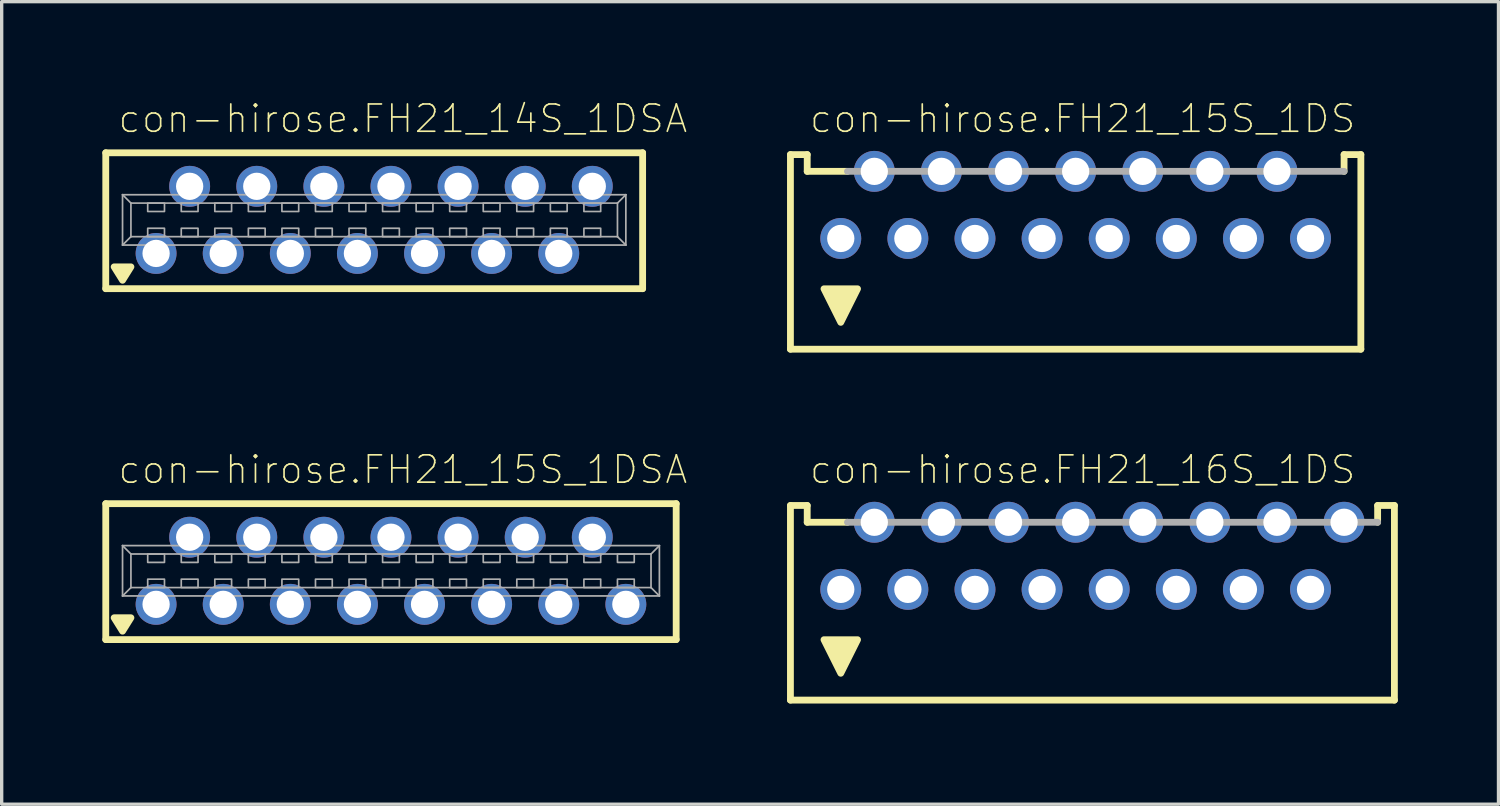
<source format=kicad_pcb>
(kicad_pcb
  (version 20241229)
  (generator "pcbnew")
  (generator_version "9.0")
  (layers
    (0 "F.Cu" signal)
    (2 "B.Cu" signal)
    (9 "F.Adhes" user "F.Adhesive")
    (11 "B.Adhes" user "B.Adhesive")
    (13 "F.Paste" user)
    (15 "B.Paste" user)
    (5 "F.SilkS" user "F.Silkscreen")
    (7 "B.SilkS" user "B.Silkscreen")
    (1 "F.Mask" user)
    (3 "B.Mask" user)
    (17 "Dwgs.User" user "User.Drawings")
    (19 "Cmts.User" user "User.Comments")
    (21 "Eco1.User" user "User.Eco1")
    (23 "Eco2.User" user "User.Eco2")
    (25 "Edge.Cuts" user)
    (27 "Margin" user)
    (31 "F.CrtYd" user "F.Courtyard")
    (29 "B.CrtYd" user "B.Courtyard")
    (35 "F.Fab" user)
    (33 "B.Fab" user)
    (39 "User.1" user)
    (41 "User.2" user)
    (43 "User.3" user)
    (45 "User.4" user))
  (footprint "con-hirose.FH21_15S_1DSA"
    (layer "F.Cu")
    (at 8.602 13.961)
    (property "Reference" "con-hirose.FH21_15S_1DSA" (at -8.175 -2.54 0) (layer "F.SilkS") (effects (font (size 0.813 0.813) (thickness 0.05)) (justify left bottom)))
    (attr through_hole)
    (fp_line (start -8.5 -2) (end -8.5 2.05) (stroke (width 0.203) (type default)) (layer "F.SilkS"))
    (fp_line (start -8.5 2.05) (end 8.5 2.05) (stroke (width 0.203) (type default)) (layer "F.SilkS"))
    (fp_line (start 8.5 -2) (end -8.5 -2) (stroke (width 0.203) (type default)) (layer "F.SilkS"))
    (fp_line (start 8.5 -2) (end 8.5 2.05) (stroke (width 0.203) (type default)) (layer "F.SilkS"))
    (fp_poly (pts (xy -8 1.8) (xy -8.25 1.4) (xy -7.75 1.4)) (stroke (width 0.203) (type default)) (fill yes) (layer "F.SilkS"))
    (fp_line (start -8 -0.75) (end 8 -0.75) (stroke (width 0.051) (type default)) (layer "F.Fab"))
    (fp_line (start -8 0.75) (end -8 -0.75) (stroke (width 0.051) (type default)) (layer "F.Fab"))
    (fp_line (start -7.75 -0.5) (end -8 -0.75) (stroke (width 0.051) (type default)) (layer "F.Fab"))
    (fp_line (start -7.75 -0.5) (end 7.75 -0.5) (stroke (width 0.051) (type default)) (layer "F.Fab"))
    (fp_line (start -7.75 0.5) (end -8 0.75) (stroke (width 0.051) (type default)) (layer "F.Fab"))
    (fp_line (start -7.75 0.5) (end -7.75 -0.5) (stroke (width 0.051) (type default)) (layer "F.Fab"))
    (fp_line (start 7.75 -0.5) (end 7.75 0.5) (stroke (width 0.051) (type default)) (layer "F.Fab"))
    (fp_line (start 7.75 -0.5) (end 8 -0.75) (stroke (width 0.051) (type default)) (layer "F.Fab"))
    (fp_line (start 7.75 0.5) (end -7.75 0.5) (stroke (width 0.051) (type default)) (layer "F.Fab"))
    (fp_line (start 7.75 0.5) (end 8 0.75) (stroke (width 0.051) (type default)) (layer "F.Fab"))
    (fp_line (start 8 -0.75) (end 8 0.75) (stroke (width 0.051) (type default)) (layer "F.Fab"))
    (fp_line (start 8 0.75) (end -8 0.75) (stroke (width 0.051) (type default)) (layer "F.Fab"))
    (fp_rect (start -7.25 -0.25) (end -6.75 -0.5) (stroke (width 0.05) (type default)) (fill no) (layer "F.Fab"))
    (fp_rect (start -7.25 0.5) (end -6.75 0.25) (stroke (width 0.05) (type default)) (fill no) (layer "F.Fab"))
    (fp_rect (start -6.25 -0.25) (end -5.75 -0.5) (stroke (width 0.05) (type default)) (fill no) (layer "F.Fab"))
    (fp_rect (start -6.25 0.5) (end -5.75 0.25) (stroke (width 0.05) (type default)) (fill no) (layer "F.Fab"))
    (fp_rect (start -5.25 -0.25) (end -4.75 -0.5) (stroke (width 0.05) (type default)) (fill no) (layer "F.Fab"))
    (fp_rect (start -5.25 0.5) (end -4.75 0.25) (stroke (width 0.05) (type default)) (fill no) (layer "F.Fab"))
    (fp_rect (start -4.25 -0.25) (end -3.75 -0.5) (stroke (width 0.05) (type default)) (fill no) (layer "F.Fab"))
    (fp_rect (start -4.25 0.5) (end -3.75 0.25) (stroke (width 0.05) (type default)) (fill no) (layer "F.Fab"))
    (fp_rect (start -3.25 -0.25) (end -2.75 -0.5) (stroke (width 0.05) (type default)) (fill no) (layer "F.Fab"))
    (fp_rect (start -3.25 0.5) (end -2.75 0.25) (stroke (width 0.05) (type default)) (fill no) (layer "F.Fab"))
    (fp_rect (start -2.25 -0.25) (end -1.75 -0.5) (stroke (width 0.05) (type default)) (fill no) (layer "F.Fab"))
    (fp_rect (start -2.25 0.5) (end -1.75 0.25) (stroke (width 0.05) (type default)) (fill no) (layer "F.Fab"))
    (fp_rect (start -1.25 -0.25) (end -0.75 -0.5) (stroke (width 0.05) (type default)) (fill no) (layer "F.Fab"))
    (fp_rect (start -1.25 0.5) (end -0.75 0.25) (stroke (width 0.05) (type default)) (fill no) (layer "F.Fab"))
    (fp_rect (start -0.25 -0.25) (end 0.25 -0.5) (stroke (width 0.05) (type default)) (fill no) (layer "F.Fab"))
    (fp_rect (start -0.25 0.5) (end 0.25 0.25) (stroke (width 0.05) (type default)) (fill no) (layer "F.Fab"))
    (fp_rect (start 0.75 -0.25) (end 1.25 -0.5) (stroke (width 0.05) (type default)) (fill no) (layer "F.Fab"))
    (fp_rect (start 0.75 0.5) (end 1.25 0.25) (stroke (width 0.05) (type default)) (fill no) (layer "F.Fab"))
    (fp_rect (start 1.75 -0.25) (end 2.25 -0.5) (stroke (width 0.05) (type default)) (fill no) (layer "F.Fab"))
    (fp_rect (start 1.75 0.5) (end 2.25 0.25) (stroke (width 0.05) (type default)) (fill no) (layer "F.Fab"))
    (fp_rect (start 2.75 -0.25) (end 3.25 -0.5) (stroke (width 0.05) (type default)) (fill no) (layer "F.Fab"))
    (fp_rect (start 2.75 0.5) (end 3.25 0.25) (stroke (width 0.05) (type default)) (fill no) (layer "F.Fab"))
    (fp_rect (start 3.75 -0.25) (end 4.25 -0.5) (stroke (width 0.05) (type default)) (fill no) (layer "F.Fab"))
    (fp_rect (start 3.75 0.5) (end 4.25 0.25) (stroke (width 0.05) (type default)) (fill no) (layer "F.Fab"))
    (fp_rect (start 4.75 -0.25) (end 5.25 -0.5) (stroke (width 0.05) (type default)) (fill no) (layer "F.Fab"))
    (fp_rect (start 4.75 0.5) (end 5.25 0.25) (stroke (width 0.05) (type default)) (fill no) (layer "F.Fab"))
    (fp_rect (start 5.75 -0.25) (end 6.25 -0.5) (stroke (width 0.05) (type default)) (fill no) (layer "F.Fab"))
    (fp_rect (start 5.75 0.5) (end 6.25 0.25) (stroke (width 0.05) (type default)) (fill no) (layer "F.Fab"))
    (fp_rect (start 6.75 -0.25) (end 7.25 -0.5) (stroke (width 0.05) (type default)) (fill no) (layer "F.Fab"))
    (fp_rect (start 6.75 0.5) (end 7.25 0.25) (stroke (width 0.05) (type default)) (fill no) (layer "F.Fab"))
    (pad "1" thru_hole circle (at -7 1) (size 1.219 1.219) (drill 0.813) (layers "*.Cu" "*.Mask"))
    (pad "2" thru_hole circle (at -6 -1) (size 1.219 1.219) (drill 0.813) (layers "*.Cu" "*.Mask"))
    (pad "3" thru_hole circle (at -5 1) (size 1.219 1.219) (drill 0.813) (layers "*.Cu" "*.Mask"))
    (pad "4" thru_hole circle (at -4 -1) (size 1.219 1.219) (drill 0.813) (layers "*.Cu" "*.Mask"))
    (pad "5" thru_hole circle (at -3 1) (size 1.219 1.219) (drill 0.813) (layers "*.Cu" "*.Mask"))
    (pad "6" thru_hole circle (at -2 -1) (size 1.219 1.219) (drill 0.813) (layers "*.Cu" "*.Mask"))
    (pad "7" thru_hole circle (at -1 1) (size 1.219 1.219) (drill 0.813) (layers "*.Cu" "*.Mask"))
    (pad "8" thru_hole circle (at 0 -1) (size 1.219 1.219) (drill 0.813) (layers "*.Cu" "*.Mask"))
    (pad "9" thru_hole circle (at 1 1) (size 1.219 1.219) (drill 0.813) (layers "*.Cu" "*.Mask"))
    (pad "10" thru_hole circle (at 2 -1) (size 1.219 1.219) (drill 0.813) (layers "*.Cu" "*.Mask"))
    (pad "11" thru_hole circle (at 3 1) (size 1.219 1.219) (drill 0.813) (layers "*.Cu" "*.Mask"))
    (pad "12" thru_hole circle (at 4 -1) (size 1.219 1.219) (drill 0.813) (layers "*.Cu" "*.Mask"))
    (pad "13" thru_hole circle (at 5 1) (size 1.219 1.219) (drill 0.813) (layers "*.Cu" "*.Mask"))
    (pad "14" thru_hole circle (at 6 -1) (size 1.219 1.219) (drill 0.813) (layers "*.Cu" "*.Mask"))
    (pad "15" thru_hole circle (at 7 1) (size 1.219 1.219) (drill 0.813) (layers "*.Cu" "*.Mask")))
  (footprint "con-hirose.FH21_14S_1DSA"
    (layer "F.Cu")
    (at 8.102 3.503)
    (property "Reference" "con-hirose.FH21_14S_1DSA" (at -7.675 -2.54 0) (layer "F.SilkS") (effects (font (size 0.813 0.813) (thickness 0.05)) (justify left bottom)))
    (attr through_hole)
    (fp_line (start -8 -2) (end -8 2.05) (stroke (width 0.203) (type default)) (layer "F.SilkS"))
    (fp_line (start -8 2.05) (end 8 2.05) (stroke (width 0.203) (type default)) (layer "F.SilkS"))
    (fp_line (start 8 -2) (end -8 -2) (stroke (width 0.203) (type default)) (layer "F.SilkS"))
    (fp_line (start 8 -2) (end 8 2.05) (stroke (width 0.203) (type default)) (layer "F.SilkS"))
    (fp_poly (pts (xy -7.5 1.8) (xy -7.75 1.4) (xy -7.25 1.4)) (stroke (width 0.203) (type default)) (fill yes) (layer "F.SilkS"))
    (fp_line (start -7.5 -0.75) (end 7.5 -0.75) (stroke (width 0.051) (type default)) (layer "F.Fab"))
    (fp_line (start -7.5 0.75) (end -7.5 -0.75) (stroke (width 0.051) (type default)) (layer "F.Fab"))
    (fp_line (start -7.25 -0.5) (end -7.5 -0.75) (stroke (width 0.051) (type default)) (layer "F.Fab"))
    (fp_line (start -7.25 -0.5) (end 7.25 -0.5) (stroke (width 0.051) (type default)) (layer "F.Fab"))
    (fp_line (start -7.25 0.5) (end -7.5 0.75) (stroke (width 0.051) (type default)) (layer "F.Fab"))
    (fp_line (start -7.25 0.5) (end -7.25 -0.5) (stroke (width 0.051) (type default)) (layer "F.Fab"))
    (fp_line (start 7.25 -0.5) (end 7.25 0.5) (stroke (width 0.051) (type default)) (layer "F.Fab"))
    (fp_line (start 7.25 -0.5) (end 7.5 -0.75) (stroke (width 0.051) (type default)) (layer "F.Fab"))
    (fp_line (start 7.25 0.5) (end -7.25 0.5) (stroke (width 0.051) (type default)) (layer "F.Fab"))
    (fp_line (start 7.25 0.5) (end 7.5 0.75) (stroke (width 0.051) (type default)) (layer "F.Fab"))
    (fp_line (start 7.5 -0.75) (end 7.5 0.75) (stroke (width 0.051) (type default)) (layer "F.Fab"))
    (fp_line (start 7.5 0.75) (end -7.5 0.75) (stroke (width 0.051) (type default)) (layer "F.Fab"))
    (fp_rect (start -6.75 -0.25) (end -6.25 -0.5) (stroke (width 0.05) (type default)) (fill no) (layer "F.Fab"))
    (fp_rect (start -6.75 0.5) (end -6.25 0.25) (stroke (width 0.05) (type default)) (fill no) (layer "F.Fab"))
    (fp_rect (start -5.75 -0.25) (end -5.25 -0.5) (stroke (width 0.05) (type default)) (fill no) (layer "F.Fab"))
    (fp_rect (start -5.75 0.5) (end -5.25 0.25) (stroke (width 0.05) (type default)) (fill no) (layer "F.Fab"))
    (fp_rect (start -4.75 -0.25) (end -4.25 -0.5) (stroke (width 0.05) (type default)) (fill no) (layer "F.Fab"))
    (fp_rect (start -4.75 0.5) (end -4.25 0.25) (stroke (width 0.05) (type default)) (fill no) (layer "F.Fab"))
    (fp_rect (start -3.75 -0.25) (end -3.25 -0.5) (stroke (width 0.05) (type default)) (fill no) (layer "F.Fab"))
    (fp_rect (start -3.75 0.5) (end -3.25 0.25) (stroke (width 0.05) (type default)) (fill no) (layer "F.Fab"))
    (fp_rect (start -2.75 -0.25) (end -2.25 -0.5) (stroke (width 0.05) (type default)) (fill no) (layer "F.Fab"))
    (fp_rect (start -2.75 0.5) (end -2.25 0.25) (stroke (width 0.05) (type default)) (fill no) (layer "F.Fab"))
    (fp_rect (start -1.75 -0.25) (end -1.25 -0.5) (stroke (width 0.05) (type default)) (fill no) (layer "F.Fab"))
    (fp_rect (start -1.75 0.5) (end -1.25 0.25) (stroke (width 0.05) (type default)) (fill no) (layer "F.Fab"))
    (fp_rect (start -0.75 -0.25) (end -0.25 -0.5) (stroke (width 0.05) (type default)) (fill no) (layer "F.Fab"))
    (fp_rect (start -0.75 0.5) (end -0.25 0.25) (stroke (width 0.05) (type default)) (fill no) (layer "F.Fab"))
    (fp_rect (start 0.25 -0.25) (end 0.75 -0.5) (stroke (width 0.05) (type default)) (fill no) (layer "F.Fab"))
    (fp_rect (start 0.25 0.5) (end 0.75 0.25) (stroke (width 0.05) (type default)) (fill no) (layer "F.Fab"))
    (fp_rect (start 1.25 -0.25) (end 1.75 -0.5) (stroke (width 0.05) (type default)) (fill no) (layer "F.Fab"))
    (fp_rect (start 1.25 0.5) (end 1.75 0.25) (stroke (width 0.05) (type default)) (fill no) (layer "F.Fab"))
    (fp_rect (start 2.25 -0.25) (end 2.75 -0.5) (stroke (width 0.05) (type default)) (fill no) (layer "F.Fab"))
    (fp_rect (start 2.25 0.5) (end 2.75 0.25) (stroke (width 0.05) (type default)) (fill no) (layer "F.Fab"))
    (fp_rect (start 3.25 -0.25) (end 3.75 -0.5) (stroke (width 0.05) (type default)) (fill no) (layer "F.Fab"))
    (fp_rect (start 3.25 0.5) (end 3.75 0.25) (stroke (width 0.05) (type default)) (fill no) (layer "F.Fab"))
    (fp_rect (start 4.25 -0.25) (end 4.75 -0.5) (stroke (width 0.05) (type default)) (fill no) (layer "F.Fab"))
    (fp_rect (start 4.25 0.5) (end 4.75 0.25) (stroke (width 0.05) (type default)) (fill no) (layer "F.Fab"))
    (fp_rect (start 5.25 -0.25) (end 5.75 -0.5) (stroke (width 0.05) (type default)) (fill no) (layer "F.Fab"))
    (fp_rect (start 5.25 0.5) (end 5.75 0.25) (stroke (width 0.05) (type default)) (fill no) (layer "F.Fab"))
    (fp_rect (start 6.25 -0.25) (end 6.75 -0.5) (stroke (width 0.05) (type default)) (fill no) (layer "F.Fab"))
    (fp_rect (start 6.25 0.5) (end 6.75 0.25) (stroke (width 0.05) (type default)) (fill no) (layer "F.Fab"))
    (pad "1" thru_hole circle (at -6.5 1) (size 1.219 1.219) (drill 0.813) (layers "*.Cu" "*.Mask"))
    (pad "2" thru_hole circle (at -5.5 -1) (size 1.219 1.219) (drill 0.813) (layers "*.Cu" "*.Mask"))
    (pad "3" thru_hole circle (at -4.5 1) (size 1.219 1.219) (drill 0.813) (layers "*.Cu" "*.Mask"))
    (pad "4" thru_hole circle (at -3.5 -1) (size 1.219 1.219) (drill 0.813) (layers "*.Cu" "*.Mask"))
    (pad "5" thru_hole circle (at -2.5 1) (size 1.219 1.219) (drill 0.813) (layers "*.Cu" "*.Mask"))
    (pad "6" thru_hole circle (at -1.5 -1) (size 1.219 1.219) (drill 0.813) (layers "*.Cu" "*.Mask"))
    (pad "7" thru_hole circle (at -0.5 1) (size 1.219 1.219) (drill 0.813) (layers "*.Cu" "*.Mask"))
    (pad "8" thru_hole circle (at 0.5 -1) (size 1.219 1.219) (drill 0.813) (layers "*.Cu" "*.Mask"))
    (pad "9" thru_hole circle (at 1.5 1) (size 1.219 1.219) (drill 0.813) (layers "*.Cu" "*.Mask"))
    (pad "10" thru_hole circle (at 2.5 -1) (size 1.219 1.219) (drill 0.813) (layers "*.Cu" "*.Mask"))
    (pad "11" thru_hole circle (at 3.5 1) (size 1.219 1.219) (drill 0.813) (layers "*.Cu" "*.Mask"))
    (pad "12" thru_hole circle (at 4.5 -1) (size 1.219 1.219) (drill 0.813) (layers "*.Cu" "*.Mask"))
    (pad "13" thru_hole circle (at 5.5 1) (size 1.219 1.219) (drill 0.813) (layers "*.Cu" "*.Mask"))
    (pad "14" thru_hole circle (at 6.5 -1) (size 1.219 1.219) (drill 0.813) (layers "*.Cu" "*.Mask")))
  (footprint "con-hirose.FH21_16S_1DS"
    (layer "F.Cu")
    (at 29.507 14.515)
    (property "Reference" "con-hirose.FH21_16S_1DS" (at -8.472 -3.094 0) (layer "F.SilkS") (effects (font (size 0.813 0.813) (thickness 0.05)) (justify left bottom)))
    (attr through_hole)
    (fp_line (start -9 -2.5) (end -9 3.3) (stroke (width 0.203) (type default)) (layer "F.SilkS"))
    (fp_line (start -9 3.3) (end 9 3.3) (stroke (width 0.203) (type default)) (layer "F.SilkS"))
    (fp_line (start -8.5 -2.5) (end -9 -2.5) (stroke (width 0.203) (type default)) (layer "F.SilkS"))
    (fp_line (start -8.5 -2) (end -8.5 -2.5) (stroke (width 0.203) (type default)) (layer "F.SilkS"))
    (fp_line (start -8.5 -2) (end -7.3 -2) (stroke (width 0.203) (type default)) (layer "F.SilkS"))
    (fp_line (start 8.5 -2.5) (end 9 -2.5) (stroke (width 0.203) (type default)) (layer "F.SilkS"))
    (fp_line (start 8.5 -2) (end 8.5 -2.5) (stroke (width 0.203) (type default)) (layer "F.SilkS"))
    (fp_line (start 9 -2.5) (end 9 3.3) (stroke (width 0.203) (type default)) (layer "F.SilkS"))
    (fp_poly (pts (xy -7.5 2.5) (xy -8 1.5) (xy -7 1.5)) (stroke (width 0.203) (type default)) (fill yes) (layer "F.SilkS"))
    (fp_line (start -7.3 -2) (end 8.5 -2) (stroke (width 0.203) (type default)) (layer "F.Fab"))
    (pad "1" thru_hole circle (at -7.5 0) (size 1.219 1.219) (drill 0.813) (layers "*.Cu" "*.Mask"))
    (pad "2" thru_hole circle (at -6.5 -2) (size 1.219 1.219) (drill 0.813) (layers "*.Cu" "*.Mask"))
    (pad "3" thru_hole circle (at -5.5 0) (size 1.219 1.219) (drill 0.813) (layers "*.Cu" "*.Mask"))
    (pad "4" thru_hole circle (at -4.5 -2) (size 1.219 1.219) (drill 0.813) (layers "*.Cu" "*.Mask"))
    (pad "5" thru_hole circle (at -3.5 0) (size 1.219 1.219) (drill 0.813) (layers "*.Cu" "*.Mask"))
    (pad "6" thru_hole circle (at -2.5 -2) (size 1.219 1.219) (drill 0.813) (layers "*.Cu" "*.Mask"))
    (pad "7" thru_hole circle (at -1.5 0) (size 1.219 1.219) (drill 0.813) (layers "*.Cu" "*.Mask"))
    (pad "8" thru_hole circle (at -0.5 -2) (size 1.219 1.219) (drill 0.813) (layers "*.Cu" "*.Mask"))
    (pad "9" thru_hole circle (at 0.5 0) (size 1.219 1.219) (drill 0.813) (layers "*.Cu" "*.Mask"))
    (pad "10" thru_hole circle (at 1.5 -2) (size 1.219 1.219) (drill 0.813) (layers "*.Cu" "*.Mask"))
    (pad "11" thru_hole circle (at 2.5 0) (size 1.219 1.219) (drill 0.813) (layers "*.Cu" "*.Mask"))
    (pad "12" thru_hole circle (at 3.5 -2) (size 1.219 1.219) (drill 0.813) (layers "*.Cu" "*.Mask"))
    (pad "13" thru_hole circle (at 4.5 0) (size 1.219 1.219) (drill 0.813) (layers "*.Cu" "*.Mask"))
    (pad "14" thru_hole circle (at 5.5 -2) (size 1.219 1.219) (drill 0.813) (layers "*.Cu" "*.Mask"))
    (pad "15" thru_hole circle (at 6.5 0) (size 1.219 1.219) (drill 0.813) (layers "*.Cu" "*.Mask"))
    (pad "16" thru_hole circle (at 7.5 -2) (size 1.219 1.219) (drill 0.813) (layers "*.Cu" "*.Mask")))
  (footprint "con-hirose.FH21_15S_1DS"
    (layer "F.Cu")
    (at 29.007 4.057)
    (property "Reference" "con-hirose.FH21_15S_1DS" (at -7.972 -3.094 0) (layer "F.SilkS") (effects (font (size 0.813 0.813) (thickness 0.05)) (justify left bottom)))
    (attr through_hole)
    (fp_line (start -8.5 -2.5) (end -8.5 3.3) (stroke (width 0.203) (type default)) (layer "F.SilkS"))
    (fp_line (start -8.5 3.3) (end 8.5 3.3) (stroke (width 0.203) (type default)) (layer "F.SilkS"))
    (fp_line (start -8 -2.5) (end -8.5 -2.5) (stroke (width 0.203) (type default)) (layer "F.SilkS"))
    (fp_line (start -8 -2) (end -8 -2.5) (stroke (width 0.203) (type default)) (layer "F.SilkS"))
    (fp_line (start -8 -2) (end -6.8 -2) (stroke (width 0.203) (type default)) (layer "F.SilkS"))
    (fp_line (start 8 -2.5) (end 8.5 -2.5) (stroke (width 0.203) (type default)) (layer "F.SilkS"))
    (fp_line (start 8 -2) (end 8 -2.5) (stroke (width 0.203) (type default)) (layer "F.SilkS"))
    (fp_line (start 8.5 -2.5) (end 8.5 3.3) (stroke (width 0.203) (type default)) (layer "F.SilkS"))
    (fp_poly (pts (xy -7 2.5) (xy -7.5 1.5) (xy -6.5 1.5)) (stroke (width 0.203) (type default)) (fill yes) (layer "F.SilkS"))
    (fp_line (start -6.8 -2) (end 8 -2) (stroke (width 0.203) (type default)) (layer "F.Fab"))
    (pad "1" thru_hole circle (at -7 0) (size 1.219 1.219) (drill 0.813) (layers "*.Cu" "*.Mask"))
    (pad "2" thru_hole circle (at -6 -2) (size 1.219 1.219) (drill 0.813) (layers "*.Cu" "*.Mask"))
    (pad "3" thru_hole circle (at -5 0) (size 1.219 1.219) (drill 0.813) (layers "*.Cu" "*.Mask"))
    (pad "4" thru_hole circle (at -4 -2) (size 1.219 1.219) (drill 0.813) (layers "*.Cu" "*.Mask"))
    (pad "5" thru_hole circle (at -3 0) (size 1.219 1.219) (drill 0.813) (layers "*.Cu" "*.Mask"))
    (pad "6" thru_hole circle (at -2 -2) (size 1.219 1.219) (drill 0.813) (layers "*.Cu" "*.Mask"))
    (pad "7" thru_hole circle (at -1 0) (size 1.219 1.219) (drill 0.813) (layers "*.Cu" "*.Mask"))
    (pad "8" thru_hole circle (at 0 -2) (size 1.219 1.219) (drill 0.813) (layers "*.Cu" "*.Mask"))
    (pad "9" thru_hole circle (at 1 0) (size 1.219 1.219) (drill 0.813) (layers "*.Cu" "*.Mask"))
    (pad "10" thru_hole circle (at 2 -2) (size 1.219 1.219) (drill 0.813) (layers "*.Cu" "*.Mask"))
    (pad "11" thru_hole circle (at 3 0) (size 1.219 1.219) (drill 0.813) (layers "*.Cu" "*.Mask"))
    (pad "12" thru_hole circle (at 4 -2) (size 1.219 1.219) (drill 0.813) (layers "*.Cu" "*.Mask"))
    (pad "13" thru_hole circle (at 5 0) (size 1.219 1.219) (drill 0.813) (layers "*.Cu" "*.Mask"))
    (pad "14" thru_hole circle (at 6 -2) (size 1.219 1.219) (drill 0.813) (layers "*.Cu" "*.Mask"))
    (pad "15" thru_hole circle (at 7 0) (size 1.219 1.219) (drill 0.813) (layers "*.Cu" "*.Mask")))
  (gr_rect
    (start -3 -3)
    (end 41.609 20.917)
    (stroke (width 0.1) (type default))
    (fill no)
    (layer "Edge.Cuts")))
</source>
